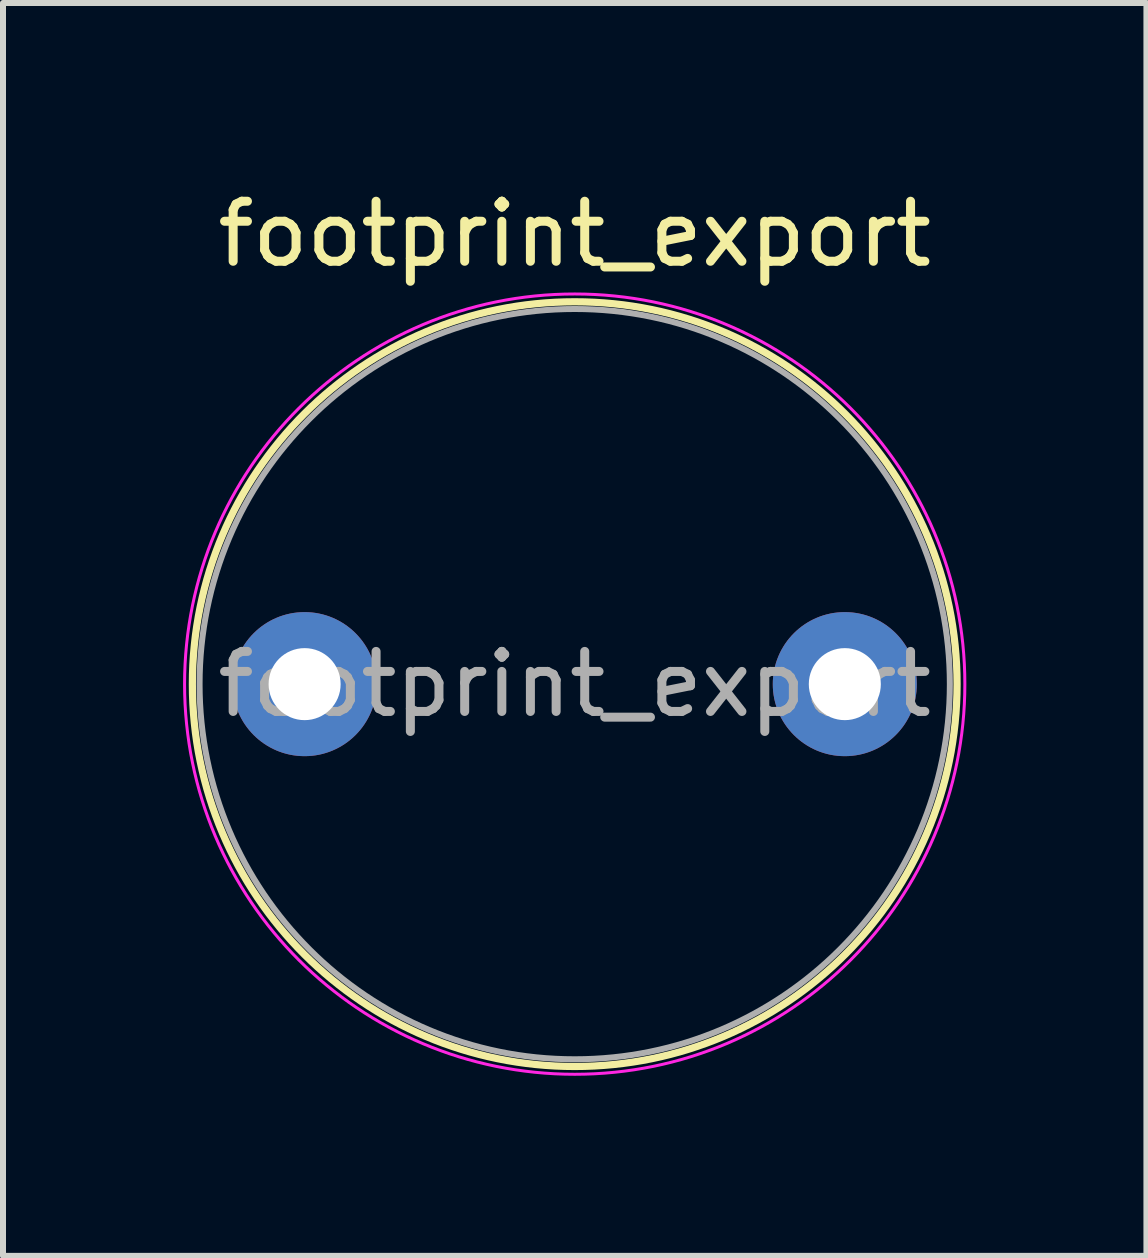
<source format=kicad_pcb>
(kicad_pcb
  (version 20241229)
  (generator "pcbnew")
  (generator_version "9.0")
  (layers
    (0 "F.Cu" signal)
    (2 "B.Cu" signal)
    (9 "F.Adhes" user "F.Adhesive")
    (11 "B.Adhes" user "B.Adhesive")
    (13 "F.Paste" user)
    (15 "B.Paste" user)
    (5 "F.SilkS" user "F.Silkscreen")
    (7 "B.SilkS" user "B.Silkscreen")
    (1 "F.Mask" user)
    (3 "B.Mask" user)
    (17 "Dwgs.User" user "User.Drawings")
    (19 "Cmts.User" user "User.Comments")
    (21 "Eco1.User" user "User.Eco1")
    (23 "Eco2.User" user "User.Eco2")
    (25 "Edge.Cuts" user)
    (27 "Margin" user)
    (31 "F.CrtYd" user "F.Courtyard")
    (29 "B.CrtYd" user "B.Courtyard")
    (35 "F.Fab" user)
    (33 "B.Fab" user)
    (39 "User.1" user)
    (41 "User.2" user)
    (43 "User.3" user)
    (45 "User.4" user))
  (footprint "footprint_export"
    (layer "F.Cu")
    (at 2.025 8.348)
    (property "Reference" "footprint_export" (at 4.5 -7.5 0) (layer "F.SilkS") (effects (font (size 1 1) (thickness 0.15))))
    (attr through_hole)
    (fp_circle (center 4.5 0) (end 10.87 0) (stroke (width 0.12) (type solid)) (fill no) (layer "F.SilkS"))
    (fp_circle (center 4.5 0) (end 11 0) (stroke (width 0.05) (type solid)) (fill no) (layer "F.CrtYd"))
    (fp_circle (center 4.5 0) (end 10.75 0) (stroke (width 0.1) (type solid)) (fill no) (layer "F.Fab"))
    (fp_text user "${REFERENCE}" (at 4.5 0 0) (layer "F.Fab") (effects (font (size 1 1) (thickness 0.15))))
    (pad "1" thru_hole circle (at 0 0) (size 2.4 2.4) (drill 1.2) (layers "*.Cu" "*.Mask"))
    (pad "2" thru_hole circle (at 9 0) (size 2.4 2.4) (drill 1.2) (layers "*.Cu" "*.Mask")))
  (gr_rect
    (start -3 -3)
    (end 16.05 17.873)
    (stroke (width 0.1) (type default))
    (fill no)
    (layer "Edge.Cuts")))
</source>
